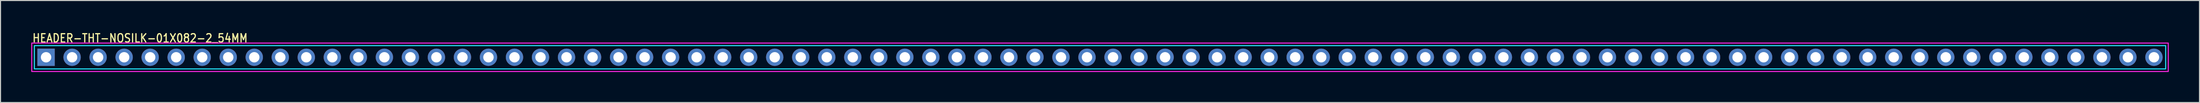
<source format=kicad_pcb>
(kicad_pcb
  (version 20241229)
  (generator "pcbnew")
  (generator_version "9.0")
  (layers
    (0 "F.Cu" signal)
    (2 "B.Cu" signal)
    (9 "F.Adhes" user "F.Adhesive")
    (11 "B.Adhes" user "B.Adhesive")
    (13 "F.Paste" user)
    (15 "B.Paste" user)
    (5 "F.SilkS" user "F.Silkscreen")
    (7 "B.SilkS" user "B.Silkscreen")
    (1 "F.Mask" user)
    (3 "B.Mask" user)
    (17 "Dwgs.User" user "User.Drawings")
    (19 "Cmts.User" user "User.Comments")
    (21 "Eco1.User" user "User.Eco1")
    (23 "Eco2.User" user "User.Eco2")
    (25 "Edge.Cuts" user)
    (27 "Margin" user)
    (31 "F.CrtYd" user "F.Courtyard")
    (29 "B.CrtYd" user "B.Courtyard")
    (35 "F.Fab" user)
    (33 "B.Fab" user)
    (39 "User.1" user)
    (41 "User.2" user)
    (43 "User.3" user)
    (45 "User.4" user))
  (footprint "HEADER-THT-NOSILK-01X082-2_54MM"
    (layer "F.Cu")
    (at 1.447 2.579)
    (property "Reference" "HEADER-THT-NOSILK-01X082-2_54MM" (at -1.4 -1.4 0) (unlocked yes) (layer "F.SilkS") (effects (font (size 0.813 0.695) (thickness 0.122)) (justify left bottom)))
    (fp_poly (pts (xy -1.143 -1.143) (xy 206.883 -1.143) (xy 206.883 1.143) (xy -1.143 1.143)) (stroke (width 0.1) (type solid)) (fill no) (layer "B.CrtYd"))
    (fp_poly (pts (xy -1.397 -1.397) (xy 207.137 -1.397) (xy 207.137 1.397) (xy -1.397 1.397)) (stroke (width 0.1) (type solid)) (fill no) (layer "F.CrtYd"))
    (pad "1" thru_hole rect (at 0 0) (size 1.693 1.693) (drill 1.016) (layers "*.Cu" "*.Mask"))
    (pad "2" thru_hole oval (at 2.54 0) (size 1.693 1.693) (drill 1.016) (layers "*.Cu" "*.Mask"))
    (pad "3" thru_hole oval (at 5.08 0) (size 1.693 1.693) (drill 1.016) (layers "*.Cu" "*.Mask"))
    (pad "4" thru_hole oval (at 7.62 0) (size 1.693 1.693) (drill 1.016) (layers "*.Cu" "*.Mask"))
    (pad "5" thru_hole oval (at 10.16 0) (size 1.693 1.693) (drill 1.016) (layers "*.Cu" "*.Mask"))
    (pad "6" thru_hole oval (at 12.7 0) (size 1.693 1.693) (drill 1.016) (layers "*.Cu" "*.Mask"))
    (pad "7" thru_hole oval (at 15.24 0) (size 1.693 1.693) (drill 1.016) (layers "*.Cu" "*.Mask"))
    (pad "8" thru_hole oval (at 17.78 0) (size 1.693 1.693) (drill 1.016) (layers "*.Cu" "*.Mask"))
    (pad "9" thru_hole oval (at 20.32 0) (size 1.693 1.693) (drill 1.016) (layers "*.Cu" "*.Mask"))
    (pad "10" thru_hole oval (at 22.86 0) (size 1.693 1.693) (drill 1.016) (layers "*.Cu" "*.Mask"))
    (pad "11" thru_hole oval (at 25.4 0) (size 1.693 1.693) (drill 1.016) (layers "*.Cu" "*.Mask"))
    (pad "12" thru_hole oval (at 27.94 0) (size 1.693 1.693) (drill 1.016) (layers "*.Cu" "*.Mask"))
    (pad "13" thru_hole oval (at 30.48 0) (size 1.693 1.693) (drill 1.016) (layers "*.Cu" "*.Mask"))
    (pad "14" thru_hole oval (at 33.02 0) (size 1.693 1.693) (drill 1.016) (layers "*.Cu" "*.Mask"))
    (pad "15" thru_hole oval (at 35.56 0) (size 1.693 1.693) (drill 1.016) (layers "*.Cu" "*.Mask"))
    (pad "16" thru_hole oval (at 38.1 0) (size 1.693 1.693) (drill 1.016) (layers "*.Cu" "*.Mask"))
    (pad "17" thru_hole oval (at 40.64 0) (size 1.693 1.693) (drill 1.016) (layers "*.Cu" "*.Mask"))
    (pad "18" thru_hole oval (at 43.18 0) (size 1.693 1.693) (drill 1.016) (layers "*.Cu" "*.Mask"))
    (pad "19" thru_hole oval (at 45.72 0) (size 1.693 1.693) (drill 1.016) (layers "*.Cu" "*.Mask"))
    (pad "20" thru_hole oval (at 48.26 0) (size 1.693 1.693) (drill 1.016) (layers "*.Cu" "*.Mask"))
    (pad "21" thru_hole oval (at 50.8 0) (size 1.693 1.693) (drill 1.016) (layers "*.Cu" "*.Mask"))
    (pad "22" thru_hole oval (at 53.34 0) (size 1.693 1.693) (drill 1.016) (layers "*.Cu" "*.Mask"))
    (pad "23" thru_hole oval (at 55.88 0) (size 1.693 1.693) (drill 1.016) (layers "*.Cu" "*.Mask"))
    (pad "24" thru_hole oval (at 58.42 0) (size 1.693 1.693) (drill 1.016) (layers "*.Cu" "*.Mask"))
    (pad "25" thru_hole oval (at 60.96 0) (size 1.693 1.693) (drill 1.016) (layers "*.Cu" "*.Mask"))
    (pad "26" thru_hole oval (at 63.5 0) (size 1.693 1.693) (drill 1.016) (layers "*.Cu" "*.Mask"))
    (pad "27" thru_hole oval (at 66.04 0) (size 1.693 1.693) (drill 1.016) (layers "*.Cu" "*.Mask"))
    (pad "28" thru_hole oval (at 68.58 0) (size 1.693 1.693) (drill 1.016) (layers "*.Cu" "*.Mask"))
    (pad "29" thru_hole oval (at 71.12 0) (size 1.693 1.693) (drill 1.016) (layers "*.Cu" "*.Mask"))
    (pad "30" thru_hole oval (at 73.66 0) (size 1.693 1.693) (drill 1.016) (layers "*.Cu" "*.Mask"))
    (pad "31" thru_hole oval (at 76.2 0) (size 1.693 1.693) (drill 1.016) (layers "*.Cu" "*.Mask"))
    (pad "32" thru_hole oval (at 78.74 0) (size 1.693 1.693) (drill 1.016) (layers "*.Cu" "*.Mask"))
    (pad "33" thru_hole oval (at 81.28 0) (size 1.693 1.693) (drill 1.016) (layers "*.Cu" "*.Mask"))
    (pad "34" thru_hole oval (at 83.82 0) (size 1.693 1.693) (drill 1.016) (layers "*.Cu" "*.Mask"))
    (pad "35" thru_hole oval (at 86.36 0) (size 1.693 1.693) (drill 1.016) (layers "*.Cu" "*.Mask"))
    (pad "36" thru_hole oval (at 88.9 0) (size 1.693 1.693) (drill 1.016) (layers "*.Cu" "*.Mask"))
    (pad "37" thru_hole oval (at 91.44 0) (size 1.693 1.693) (drill 1.016) (layers "*.Cu" "*.Mask"))
    (pad "38" thru_hole oval (at 93.98 0) (size 1.693 1.693) (drill 1.016) (layers "*.Cu" "*.Mask"))
    (pad "39" thru_hole oval (at 96.52 0) (size 1.693 1.693) (drill 1.016) (layers "*.Cu" "*.Mask"))
    (pad "40" thru_hole oval (at 99.06 0) (size 1.693 1.693) (drill 1.016) (layers "*.Cu" "*.Mask"))
    (pad "41" thru_hole oval (at 101.6 0) (size 1.693 1.693) (drill 1.016) (layers "*.Cu" "*.Mask"))
    (pad "42" thru_hole oval (at 104.14 0) (size 1.693 1.693) (drill 1.016) (layers "*.Cu" "*.Mask"))
    (pad "43" thru_hole oval (at 106.68 0) (size 1.693 1.693) (drill 1.016) (layers "*.Cu" "*.Mask"))
    (pad "44" thru_hole oval (at 109.22 0) (size 1.693 1.693) (drill 1.016) (layers "*.Cu" "*.Mask"))
    (pad "45" thru_hole oval (at 111.76 0) (size 1.693 1.693) (drill 1.016) (layers "*.Cu" "*.Mask"))
    (pad "46" thru_hole oval (at 114.3 0) (size 1.693 1.693) (drill 1.016) (layers "*.Cu" "*.Mask"))
    (pad "47" thru_hole oval (at 116.84 0) (size 1.693 1.693) (drill 1.016) (layers "*.Cu" "*.Mask"))
    (pad "48" thru_hole oval (at 119.38 0) (size 1.693 1.693) (drill 1.016) (layers "*.Cu" "*.Mask"))
    (pad "49" thru_hole oval (at 121.92 0) (size 1.693 1.693) (drill 1.016) (layers "*.Cu" "*.Mask"))
    (pad "50" thru_hole oval (at 124.46 0) (size 1.693 1.693) (drill 1.016) (layers "*.Cu" "*.Mask"))
    (pad "51" thru_hole oval (at 127 0) (size 1.693 1.693) (drill 1.016) (layers "*.Cu" "*.Mask"))
    (pad "52" thru_hole oval (at 129.54 0) (size 1.693 1.693) (drill 1.016) (layers "*.Cu" "*.Mask"))
    (pad "53" thru_hole oval (at 132.08 0) (size 1.693 1.693) (drill 1.016) (layers "*.Cu" "*.Mask"))
    (pad "54" thru_hole oval (at 134.62 0) (size 1.693 1.693) (drill 1.016) (layers "*.Cu" "*.Mask"))
    (pad "55" thru_hole oval (at 137.16 0) (size 1.693 1.693) (drill 1.016) (layers "*.Cu" "*.Mask"))
    (pad "56" thru_hole oval (at 139.7 0) (size 1.693 1.693) (drill 1.016) (layers "*.Cu" "*.Mask"))
    (pad "57" thru_hole oval (at 142.24 0) (size 1.693 1.693) (drill 1.016) (layers "*.Cu" "*.Mask"))
    (pad "58" thru_hole oval (at 144.78 0) (size 1.693 1.693) (drill 1.016) (layers "*.Cu" "*.Mask"))
    (pad "59" thru_hole oval (at 147.32 0) (size 1.693 1.693) (drill 1.016) (layers "*.Cu" "*.Mask"))
    (pad "60" thru_hole oval (at 149.86 0) (size 1.693 1.693) (drill 1.016) (layers "*.Cu" "*.Mask"))
    (pad "61" thru_hole oval (at 152.4 0) (size 1.693 1.693) (drill 1.016) (layers "*.Cu" "*.Mask"))
    (pad "62" thru_hole oval (at 154.94 0) (size 1.693 1.693) (drill 1.016) (layers "*.Cu" "*.Mask"))
    (pad "63" thru_hole oval (at 157.48 0) (size 1.693 1.693) (drill 1.016) (layers "*.Cu" "*.Mask"))
    (pad "64" thru_hole oval (at 160.02 0) (size 1.693 1.693) (drill 1.016) (layers "*.Cu" "*.Mask"))
    (pad "65" thru_hole oval (at 162.56 0) (size 1.693 1.693) (drill 1.016) (layers "*.Cu" "*.Mask"))
    (pad "66" thru_hole oval (at 165.1 0) (size 1.693 1.693) (drill 1.016) (layers "*.Cu" "*.Mask"))
    (pad "67" thru_hole oval (at 167.64 0) (size 1.693 1.693) (drill 1.016) (layers "*.Cu" "*.Mask"))
    (pad "68" thru_hole oval (at 170.18 0) (size 1.693 1.693) (drill 1.016) (layers "*.Cu" "*.Mask"))
    (pad "69" thru_hole oval (at 172.72 0) (size 1.693 1.693) (drill 1.016) (layers "*.Cu" "*.Mask"))
    (pad "70" thru_hole oval (at 175.26 0) (size 1.693 1.693) (drill 1.016) (layers "*.Cu" "*.Mask"))
    (pad "71" thru_hole oval (at 177.8 0) (size 1.693 1.693) (drill 1.016) (layers "*.Cu" "*.Mask"))
    (pad "72" thru_hole oval (at 180.34 0) (size 1.693 1.693) (drill 1.016) (layers "*.Cu" "*.Mask"))
    (pad "73" thru_hole oval (at 182.88 0) (size 1.693 1.693) (drill 1.016) (layers "*.Cu" "*.Mask"))
    (pad "74" thru_hole oval (at 185.42 0) (size 1.693 1.693) (drill 1.016) (layers "*.Cu" "*.Mask"))
    (pad "75" thru_hole oval (at 187.96 0) (size 1.693 1.693) (drill 1.016) (layers "*.Cu" "*.Mask"))
    (pad "76" thru_hole oval (at 190.5 0) (size 1.693 1.693) (drill 1.016) (layers "*.Cu" "*.Mask"))
    (pad "77" thru_hole oval (at 193.04 0) (size 1.693 1.693) (drill 1.016) (layers "*.Cu" "*.Mask"))
    (pad "78" thru_hole oval (at 195.58 0) (size 1.693 1.693) (drill 1.016) (layers "*.Cu" "*.Mask"))
    (pad "79" thru_hole oval (at 198.12 0) (size 1.693 1.693) (drill 1.016) (layers "*.Cu" "*.Mask"))
    (pad "80" thru_hole oval (at 200.66 0) (size 1.693 1.693) (drill 1.016) (layers "*.Cu" "*.Mask"))
    (pad "81" thru_hole oval (at 203.2 0) (size 1.693 1.693) (drill 1.016) (layers "*.Cu" "*.Mask"))
    (pad "82" thru_hole oval (at 205.74 0) (size 1.693 1.693) (drill 1.016) (layers "*.Cu" "*.Mask")))
  (gr_rect
    (start -3 -3)
    (end 211.634 7.026)
    (stroke (width 0.1) (type default))
    (fill no)
    (layer "Edge.Cuts")))
</source>
